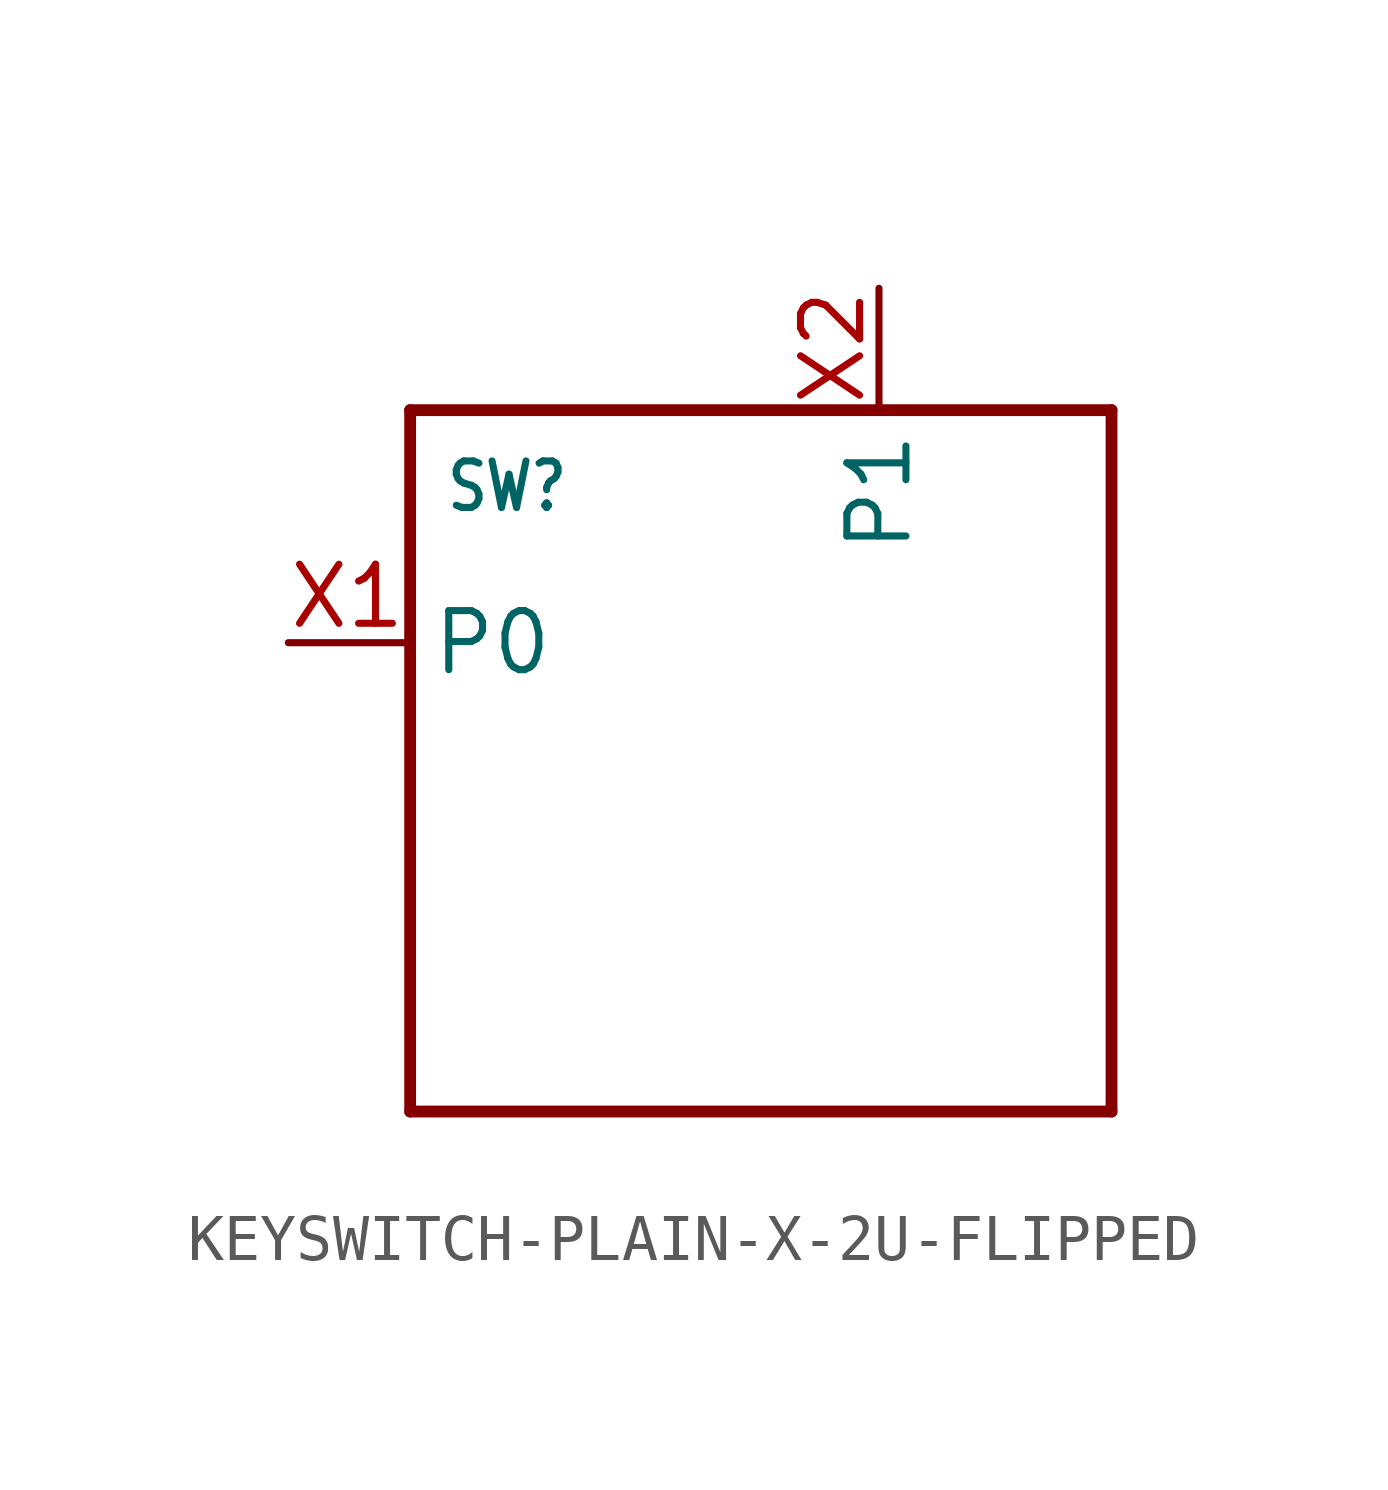
<source format=kicad_sym>
(kicad_symbol_lib
  (version 20211014)
  (generator kicad_symbol_editor)
  (symbol "KEYSWITCH-PLAIN-X-2U-FLIPPED"
    (property "Reference" "SW"
      (at -6.81 5.318 0)
      (effects (font (size 1 0.85)) (justify left bottom)))
    (property "ki_locked" ""
      (at 0 0 0)
      (effects (font (size 1.27 1.27))))
    (symbol "KEYSWITCH-PLAIN-X-2U-FLIPPED_1_0"
      (polyline (pts (xy -7.54 -7.54) (xy -7.54 7.54)) (stroke (width 0.254) (type default) (color 0 0 0 0)) (fill (type none)))
      (polyline (pts (xy -7.54 7.54) (xy 7.54 7.54)) (stroke (width 0.254) (type default) (color 0 0 0 0)) (fill (type none)))
      (polyline (pts (xy 7.54 -7.54) (xy -7.54 -7.54)) (stroke (width 0.254) (type default) (color 0 0 0 0)) (fill (type none)))
      (polyline (pts (xy 7.54 7.54) (xy 7.54 -7.54)) (stroke (width 0.254) (type default) (color 0 0 0 0)) (fill (type none)))
      (pin bidirectional line (at -10.16 2.54 0) (length 2.54) (name "P0" (effects (font (size 1.27 1.27)))) (number "X1" (effects (font (size 1.27 1.27)))))
      (pin bidirectional line (at 2.54 10.16 270) (length 2.54) (name "P1" (effects (font (size 1.27 1.27)))) (number "X2" (effects (font (size 1.27 1.27))))))))
</source>
